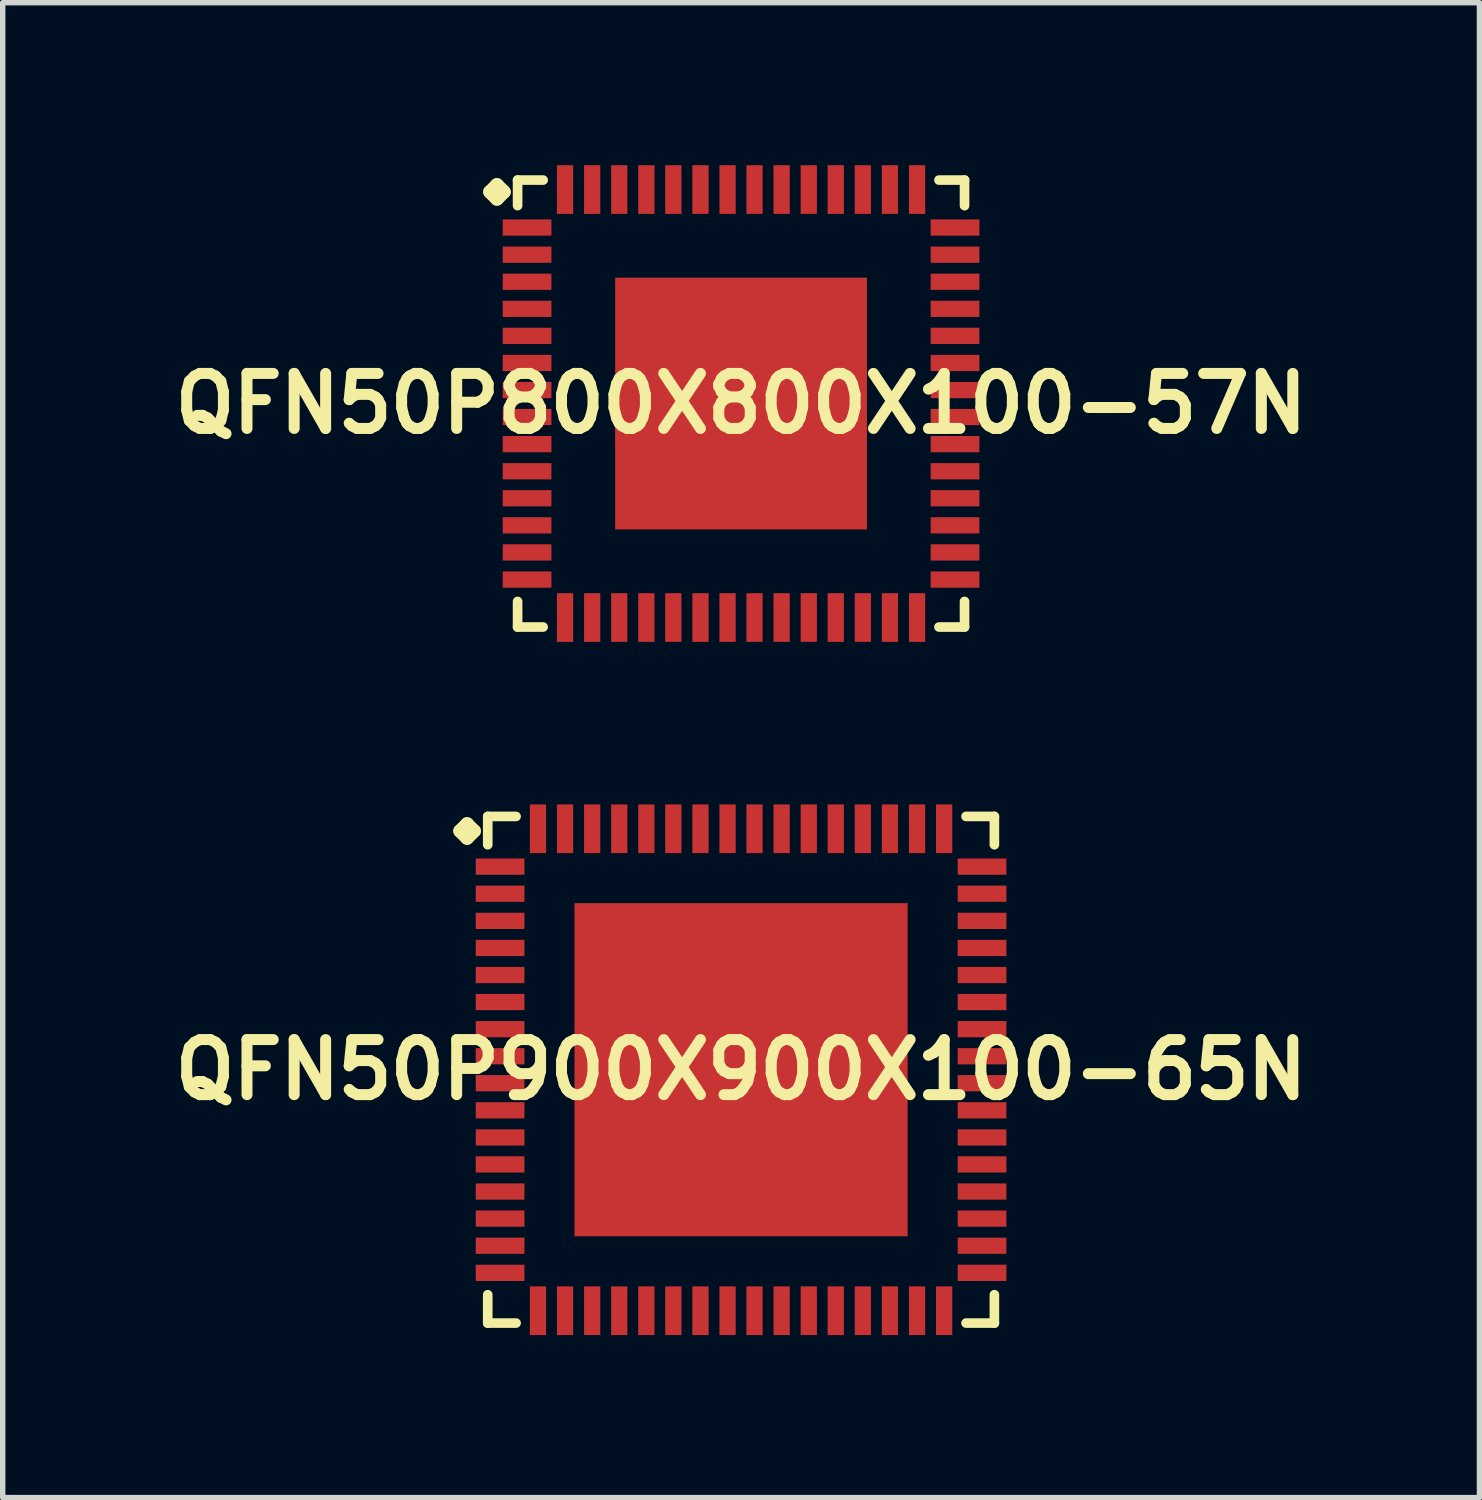
<source format=kicad_pcb>
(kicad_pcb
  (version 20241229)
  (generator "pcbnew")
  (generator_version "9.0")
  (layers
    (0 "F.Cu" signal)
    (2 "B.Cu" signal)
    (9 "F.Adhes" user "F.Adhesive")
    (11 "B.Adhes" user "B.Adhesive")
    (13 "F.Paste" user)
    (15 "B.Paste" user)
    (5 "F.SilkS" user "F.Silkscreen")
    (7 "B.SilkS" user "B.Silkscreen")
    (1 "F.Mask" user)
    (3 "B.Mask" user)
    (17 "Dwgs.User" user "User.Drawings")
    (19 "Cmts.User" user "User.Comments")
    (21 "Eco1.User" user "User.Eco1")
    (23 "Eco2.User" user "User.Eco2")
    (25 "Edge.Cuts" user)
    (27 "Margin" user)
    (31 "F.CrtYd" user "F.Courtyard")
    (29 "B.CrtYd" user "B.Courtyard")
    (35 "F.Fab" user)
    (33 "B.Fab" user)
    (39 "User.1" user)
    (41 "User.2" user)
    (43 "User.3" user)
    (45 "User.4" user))
  (footprint "QFN50P900X900X100-65N"
    (layer "F.Cu")
    (at 10.629 16.696)
    (property "Reference" "QFN50P900X900X100-65N" (at 0 0 0) (layer "F.SilkS") (effects (font (size 1.016 1.016) (thickness 0.203))))
    (attr smd)
    (fp_line (start -5.184 -4.407) (end -5.057 -4.534) (stroke (width 0.254) (type solid)) (layer "F.SilkS"))
    (fp_line (start -5.057 -4.534) (end -4.93 -4.407) (stroke (width 0.254) (type solid)) (layer "F.SilkS"))
    (fp_line (start -5.057 -4.28) (end -5.184 -4.407) (stroke (width 0.254) (type solid)) (layer "F.SilkS"))
    (fp_line (start -4.93 -4.407) (end -5.057 -4.28) (stroke (width 0.254) (type solid)) (layer "F.SilkS"))
    (fp_line (start -4.676 -4.676) (end -4.153 -4.676) (stroke (width 0.178) (type solid)) (layer "F.SilkS"))
    (fp_line (start -4.676 -4.153) (end -4.676 -4.676) (stroke (width 0.178) (type solid)) (layer "F.SilkS"))
    (fp_line (start -4.676 4.153) (end -4.676 4.676) (stroke (width 0.178) (type solid)) (layer "F.SilkS"))
    (fp_line (start -4.676 4.676) (end -4.153 4.676) (stroke (width 0.178) (type solid)) (layer "F.SilkS"))
    (fp_line (start 4.153 -4.676) (end 4.676 -4.676) (stroke (width 0.178) (type solid)) (layer "F.SilkS"))
    (fp_line (start 4.153 4.676) (end 4.676 4.676) (stroke (width 0.178) (type solid)) (layer "F.SilkS"))
    (fp_line (start 4.676 -4.676) (end 4.676 -4.153) (stroke (width 0.178) (type solid)) (layer "F.SilkS"))
    (fp_line (start 4.676 4.676) (end 4.676 4.153) (stroke (width 0.178) (type solid)) (layer "F.SilkS"))
    (pad "1" smd rect (at -4.448 -3.749) (size 0.899 0.3) (layers "F.Cu" "F.Mask" "F.Paste"))
    (pad "2" smd rect (at -4.448 -3.249) (size 0.899 0.3) (layers "F.Cu" "F.Mask" "F.Paste"))
    (pad "3" smd rect (at -4.448 -2.748) (size 0.899 0.3) (layers "F.Cu" "F.Mask" "F.Paste"))
    (pad "4" smd rect (at -4.448 -2.248) (size 0.899 0.3) (layers "F.Cu" "F.Mask" "F.Paste"))
    (pad "5" smd rect (at -4.448 -1.748) (size 0.899 0.3) (layers "F.Cu" "F.Mask" "F.Paste"))
    (pad "6" smd rect (at -4.448 -1.25) (size 0.899 0.3) (layers "F.Cu" "F.Mask" "F.Paste"))
    (pad "7" smd rect (at -4.448 -0.749) (size 0.899 0.3) (layers "F.Cu" "F.Mask" "F.Paste"))
    (pad "8" smd rect (at -4.448 -0.249) (size 0.899 0.3) (layers "F.Cu" "F.Mask" "F.Paste"))
    (pad "9" smd rect (at -4.448 0.249) (size 0.899 0.3) (layers "F.Cu" "F.Mask" "F.Paste"))
    (pad "10" smd rect (at -4.448 0.749) (size 0.899 0.3) (layers "F.Cu" "F.Mask" "F.Paste"))
    (pad "11" smd rect (at -4.448 1.25) (size 0.899 0.3) (layers "F.Cu" "F.Mask" "F.Paste"))
    (pad "12" smd rect (at -4.448 1.748) (size 0.899 0.3) (layers "F.Cu" "F.Mask" "F.Paste"))
    (pad "13" smd rect (at -4.448 2.248) (size 0.899 0.3) (layers "F.Cu" "F.Mask" "F.Paste"))
    (pad "14" smd rect (at -4.448 2.748) (size 0.899 0.3) (layers "F.Cu" "F.Mask" "F.Paste"))
    (pad "15" smd rect (at -4.448 3.249) (size 0.899 0.3) (layers "F.Cu" "F.Mask" "F.Paste"))
    (pad "16" smd rect (at -4.448 3.749) (size 0.899 0.3) (layers "F.Cu" "F.Mask" "F.Paste"))
    (pad "17" smd rect (at -3.749 4.448) (size 0.3 0.899) (layers "F.Cu" "F.Mask" "F.Paste"))
    (pad "18" smd rect (at -3.249 4.448) (size 0.3 0.899) (layers "F.Cu" "F.Mask" "F.Paste"))
    (pad "19" smd rect (at -2.748 4.448) (size 0.3 0.899) (layers "F.Cu" "F.Mask" "F.Paste"))
    (pad "20" smd rect (at -2.248 4.448) (size 0.3 0.899) (layers "F.Cu" "F.Mask" "F.Paste"))
    (pad "21" smd rect (at -1.748 4.448) (size 0.3 0.899) (layers "F.Cu" "F.Mask" "F.Paste"))
    (pad "22" smd rect (at -1.25 4.448) (size 0.3 0.899) (layers "F.Cu" "F.Mask" "F.Paste"))
    (pad "23" smd rect (at -0.749 4.448) (size 0.3 0.899) (layers "F.Cu" "F.Mask" "F.Paste"))
    (pad "24" smd rect (at -0.249 4.448) (size 0.3 0.899) (layers "F.Cu" "F.Mask" "F.Paste"))
    (pad "25" smd rect (at 0.249 4.448) (size 0.3 0.899) (layers "F.Cu" "F.Mask" "F.Paste"))
    (pad "26" smd rect (at 0.749 4.448) (size 0.3 0.899) (layers "F.Cu" "F.Mask" "F.Paste"))
    (pad "27" smd rect (at 1.25 4.448) (size 0.3 0.899) (layers "F.Cu" "F.Mask" "F.Paste"))
    (pad "28" smd rect (at 1.748 4.448) (size 0.3 0.899) (layers "F.Cu" "F.Mask" "F.Paste"))
    (pad "29" smd rect (at 2.248 4.448) (size 0.3 0.899) (layers "F.Cu" "F.Mask" "F.Paste"))
    (pad "30" smd rect (at 2.748 4.448) (size 0.3 0.899) (layers "F.Cu" "F.Mask" "F.Paste"))
    (pad "31" smd rect (at 3.249 4.448) (size 0.3 0.899) (layers "F.Cu" "F.Mask" "F.Paste"))
    (pad "32" smd rect (at 3.749 4.448) (size 0.3 0.899) (layers "F.Cu" "F.Mask" "F.Paste"))
    (pad "33" smd rect (at 4.448 3.749) (size 0.899 0.3) (layers "F.Cu" "F.Mask" "F.Paste"))
    (pad "34" smd rect (at 4.448 3.249) (size 0.899 0.3) (layers "F.Cu" "F.Mask" "F.Paste"))
    (pad "35" smd rect (at 4.448 2.748) (size 0.899 0.3) (layers "F.Cu" "F.Mask" "F.Paste"))
    (pad "36" smd rect (at 4.448 2.248) (size 0.899 0.3) (layers "F.Cu" "F.Mask" "F.Paste"))
    (pad "37" smd rect (at 4.448 1.748) (size 0.899 0.3) (layers "F.Cu" "F.Mask" "F.Paste"))
    (pad "38" smd rect (at 4.448 1.25) (size 0.899 0.3) (layers "F.Cu" "F.Mask" "F.Paste"))
    (pad "39" smd rect (at 4.448 0.749) (size 0.899 0.3) (layers "F.Cu" "F.Mask" "F.Paste"))
    (pad "40" smd rect (at 4.448 0.249) (size 0.899 0.3) (layers "F.Cu" "F.Mask" "F.Paste"))
    (pad "41" smd rect (at 4.448 -0.249) (size 0.899 0.3) (layers "F.Cu" "F.Mask" "F.Paste"))
    (pad "42" smd rect (at 4.448 -0.749) (size 0.899 0.3) (layers "F.Cu" "F.Mask" "F.Paste"))
    (pad "43" smd rect (at 4.448 -1.25) (size 0.899 0.3) (layers "F.Cu" "F.Mask" "F.Paste"))
    (pad "44" smd rect (at 4.448 -1.748) (size 0.899 0.3) (layers "F.Cu" "F.Mask" "F.Paste"))
    (pad "45" smd rect (at 4.448 -2.248) (size 0.899 0.3) (layers "F.Cu" "F.Mask" "F.Paste"))
    (pad "46" smd rect (at 4.448 -2.748) (size 0.899 0.3) (layers "F.Cu" "F.Mask" "F.Paste"))
    (pad "47" smd rect (at 4.448 -3.249) (size 0.899 0.3) (layers "F.Cu" "F.Mask" "F.Paste"))
    (pad "48" smd rect (at 4.448 -3.749) (size 0.899 0.3) (layers "F.Cu" "F.Mask" "F.Paste"))
    (pad "49" smd rect (at 3.749 -4.448) (size 0.3 0.899) (layers "F.Cu" "F.Mask" "F.Paste"))
    (pad "50" smd rect (at 3.249 -4.448) (size 0.3 0.899) (layers "F.Cu" "F.Mask" "F.Paste"))
    (pad "51" smd rect (at 2.748 -4.448) (size 0.3 0.899) (layers "F.Cu" "F.Mask" "F.Paste"))
    (pad "52" smd rect (at 2.248 -4.448) (size 0.3 0.899) (layers "F.Cu" "F.Mask" "F.Paste"))
    (pad "53" smd rect (at 1.748 -4.448) (size 0.3 0.899) (layers "F.Cu" "F.Mask" "F.Paste"))
    (pad "54" smd rect (at 1.25 -4.448) (size 0.3 0.899) (layers "F.Cu" "F.Mask" "F.Paste"))
    (pad "55" smd rect (at 0.749 -4.448) (size 0.3 0.899) (layers "F.Cu" "F.Mask" "F.Paste"))
    (pad "56" smd rect (at 0.249 -4.448) (size 0.3 0.899) (layers "F.Cu" "F.Mask" "F.Paste"))
    (pad "57" smd rect (at -0.249 -4.448) (size 0.3 0.899) (layers "F.Cu" "F.Mask" "F.Paste"))
    (pad "58" smd rect (at -0.749 -4.448) (size 0.3 0.899) (layers "F.Cu" "F.Mask" "F.Paste"))
    (pad "59" smd rect (at -1.25 -4.448) (size 0.3 0.899) (layers "F.Cu" "F.Mask" "F.Paste"))
    (pad "60" smd rect (at -1.748 -4.448) (size 0.3 0.899) (layers "F.Cu" "F.Mask" "F.Paste"))
    (pad "61" smd rect (at -2.248 -4.448) (size 0.3 0.899) (layers "F.Cu" "F.Mask" "F.Paste"))
    (pad "62" smd rect (at -2.748 -4.448) (size 0.3 0.899) (layers "F.Cu" "F.Mask" "F.Paste"))
    (pad "63" smd rect (at -3.249 -4.448) (size 0.3 0.899) (layers "F.Cu" "F.Mask" "F.Paste"))
    (pad "64" smd rect (at -3.749 -4.448) (size 0.3 0.899) (layers "F.Cu" "F.Mask" "F.Paste"))
    (pad "65" smd rect (at 0 0) (size 6.149 6.149) (layers "F.Cu" "F.Mask" "F.Paste")))
  (footprint "QFN50P800X800X100-57N"
    (layer "F.Cu")
    (at 10.629 4.399)
    (property "Reference" "QFN50P800X800X100-57N" (at 0 0 0) (layer "F.SilkS") (effects (font (size 1.016 1.016) (thickness 0.203))))
    (attr smd)
    (fp_line (start -4.633 -3.907) (end -4.506 -4.034) (stroke (width 0.254) (type solid)) (layer "F.SilkS"))
    (fp_line (start -4.506 -4.034) (end -4.379 -3.907) (stroke (width 0.254) (type solid)) (layer "F.SilkS"))
    (fp_line (start -4.506 -3.78) (end -4.633 -3.907) (stroke (width 0.254) (type solid)) (layer "F.SilkS"))
    (fp_line (start -4.379 -3.907) (end -4.506 -3.78) (stroke (width 0.254) (type solid)) (layer "F.SilkS"))
    (fp_line (start -4.125 -4.125) (end -3.653 -4.125) (stroke (width 0.178) (type solid)) (layer "F.SilkS"))
    (fp_line (start -4.125 -3.653) (end -4.125 -4.125) (stroke (width 0.178) (type solid)) (layer "F.SilkS"))
    (fp_line (start -4.125 3.653) (end -4.125 4.125) (stroke (width 0.178) (type solid)) (layer "F.SilkS"))
    (fp_line (start -4.125 4.125) (end -3.653 4.125) (stroke (width 0.178) (type solid)) (layer "F.SilkS"))
    (fp_line (start 3.653 -4.125) (end 4.125 -4.125) (stroke (width 0.178) (type solid)) (layer "F.SilkS"))
    (fp_line (start 3.653 4.125) (end 4.125 4.125) (stroke (width 0.178) (type solid)) (layer "F.SilkS"))
    (fp_line (start 4.125 -4.125) (end 4.125 -3.653) (stroke (width 0.178) (type solid)) (layer "F.SilkS"))
    (fp_line (start 4.125 4.125) (end 4.125 3.653) (stroke (width 0.178) (type solid)) (layer "F.SilkS"))
    (pad "1" smd rect (at -3.95 -3.249) (size 0.899 0.3) (layers "F.Cu" "F.Mask" "F.Paste"))
    (pad "2" smd rect (at -3.95 -2.748) (size 0.899 0.3) (layers "F.Cu" "F.Mask" "F.Paste"))
    (pad "3" smd rect (at -3.95 -2.248) (size 0.899 0.3) (layers "F.Cu" "F.Mask" "F.Paste"))
    (pad "4" smd rect (at -3.95 -1.748) (size 0.899 0.3) (layers "F.Cu" "F.Mask" "F.Paste"))
    (pad "5" smd rect (at -3.95 -1.25) (size 0.899 0.3) (layers "F.Cu" "F.Mask" "F.Paste"))
    (pad "6" smd rect (at -3.95 -0.749) (size 0.899 0.3) (layers "F.Cu" "F.Mask" "F.Paste"))
    (pad "7" smd rect (at -3.95 -0.249) (size 0.899 0.3) (layers "F.Cu" "F.Mask" "F.Paste"))
    (pad "8" smd rect (at -3.95 0.249) (size 0.899 0.3) (layers "F.Cu" "F.Mask" "F.Paste"))
    (pad "9" smd rect (at -3.95 0.749) (size 0.899 0.3) (layers "F.Cu" "F.Mask" "F.Paste"))
    (pad "10" smd rect (at -3.95 1.25) (size 0.899 0.3) (layers "F.Cu" "F.Mask" "F.Paste"))
    (pad "11" smd rect (at -3.95 1.748) (size 0.899 0.3) (layers "F.Cu" "F.Mask" "F.Paste"))
    (pad "12" smd rect (at -3.95 2.248) (size 0.899 0.3) (layers "F.Cu" "F.Mask" "F.Paste"))
    (pad "13" smd rect (at -3.95 2.748) (size 0.899 0.3) (layers "F.Cu" "F.Mask" "F.Paste"))
    (pad "14" smd rect (at -3.95 3.249) (size 0.899 0.3) (layers "F.Cu" "F.Mask" "F.Paste"))
    (pad "15" smd rect (at -3.249 3.95) (size 0.3 0.899) (layers "F.Cu" "F.Mask" "F.Paste"))
    (pad "16" smd rect (at -2.748 3.95) (size 0.3 0.899) (layers "F.Cu" "F.Mask" "F.Paste"))
    (pad "17" smd rect (at -2.248 3.95) (size 0.3 0.899) (layers "F.Cu" "F.Mask" "F.Paste"))
    (pad "18" smd rect (at -1.748 3.95) (size 0.3 0.899) (layers "F.Cu" "F.Mask" "F.Paste"))
    (pad "19" smd rect (at -1.25 3.95) (size 0.3 0.899) (layers "F.Cu" "F.Mask" "F.Paste"))
    (pad "20" smd rect (at -0.749 3.95) (size 0.3 0.899) (layers "F.Cu" "F.Mask" "F.Paste"))
    (pad "21" smd rect (at -0.249 3.95) (size 0.3 0.899) (layers "F.Cu" "F.Mask" "F.Paste"))
    (pad "22" smd rect (at 0.249 3.95) (size 0.3 0.899) (layers "F.Cu" "F.Mask" "F.Paste"))
    (pad "23" smd rect (at 0.749 3.95) (size 0.3 0.899) (layers "F.Cu" "F.Mask" "F.Paste"))
    (pad "24" smd rect (at 1.25 3.95) (size 0.3 0.899) (layers "F.Cu" "F.Mask" "F.Paste"))
    (pad "25" smd rect (at 1.748 3.95) (size 0.3 0.899) (layers "F.Cu" "F.Mask" "F.Paste"))
    (pad "26" smd rect (at 2.248 3.95) (size 0.3 0.899) (layers "F.Cu" "F.Mask" "F.Paste"))
    (pad "27" smd rect (at 2.748 3.95) (size 0.3 0.899) (layers "F.Cu" "F.Mask" "F.Paste"))
    (pad "28" smd rect (at 3.249 3.95) (size 0.3 0.899) (layers "F.Cu" "F.Mask" "F.Paste"))
    (pad "29" smd rect (at 3.95 3.249) (size 0.899 0.3) (layers "F.Cu" "F.Mask" "F.Paste"))
    (pad "30" smd rect (at 3.95 2.748) (size 0.899 0.3) (layers "F.Cu" "F.Mask" "F.Paste"))
    (pad "31" smd rect (at 3.95 2.248) (size 0.899 0.3) (layers "F.Cu" "F.Mask" "F.Paste"))
    (pad "32" smd rect (at 3.95 1.748) (size 0.899 0.3) (layers "F.Cu" "F.Mask" "F.Paste"))
    (pad "33" smd rect (at 3.95 1.25) (size 0.899 0.3) (layers "F.Cu" "F.Mask" "F.Paste"))
    (pad "34" smd rect (at 3.95 0.749) (size 0.899 0.3) (layers "F.Cu" "F.Mask" "F.Paste"))
    (pad "35" smd rect (at 3.95 0.249) (size 0.899 0.3) (layers "F.Cu" "F.Mask" "F.Paste"))
    (pad "36" smd rect (at 3.95 -0.249) (size 0.899 0.3) (layers "F.Cu" "F.Mask" "F.Paste"))
    (pad "37" smd rect (at 3.95 -0.749) (size 0.899 0.3) (layers "F.Cu" "F.Mask" "F.Paste"))
    (pad "38" smd rect (at 3.95 -1.25) (size 0.899 0.3) (layers "F.Cu" "F.Mask" "F.Paste"))
    (pad "39" smd rect (at 3.95 -1.748) (size 0.899 0.3) (layers "F.Cu" "F.Mask" "F.Paste"))
    (pad "40" smd rect (at 3.95 -2.248) (size 0.899 0.3) (layers "F.Cu" "F.Mask" "F.Paste"))
    (pad "41" smd rect (at 3.95 -2.748) (size 0.899 0.3) (layers "F.Cu" "F.Mask" "F.Paste"))
    (pad "42" smd rect (at 3.95 -3.249) (size 0.899 0.3) (layers "F.Cu" "F.Mask" "F.Paste"))
    (pad "43" smd rect (at 3.249 -3.95) (size 0.3 0.899) (layers "F.Cu" "F.Mask" "F.Paste"))
    (pad "44" smd rect (at 2.748 -3.95) (size 0.3 0.899) (layers "F.Cu" "F.Mask" "F.Paste"))
    (pad "45" smd rect (at 2.248 -3.95) (size 0.3 0.899) (layers "F.Cu" "F.Mask" "F.Paste"))
    (pad "46" smd rect (at 1.748 -3.95) (size 0.3 0.899) (layers "F.Cu" "F.Mask" "F.Paste"))
    (pad "47" smd rect (at 1.25 -3.95) (size 0.3 0.899) (layers "F.Cu" "F.Mask" "F.Paste"))
    (pad "48" smd rect (at 0.749 -3.95) (size 0.3 0.899) (layers "F.Cu" "F.Mask" "F.Paste"))
    (pad "49" smd rect (at 0.249 -3.95) (size 0.3 0.899) (layers "F.Cu" "F.Mask" "F.Paste"))
    (pad "50" smd rect (at -0.249 -3.95) (size 0.3 0.899) (layers "F.Cu" "F.Mask" "F.Paste"))
    (pad "51" smd rect (at -0.749 -3.95) (size 0.3 0.899) (layers "F.Cu" "F.Mask" "F.Paste"))
    (pad "52" smd rect (at -1.25 -3.95) (size 0.3 0.899) (layers "F.Cu" "F.Mask" "F.Paste"))
    (pad "53" smd rect (at -1.748 -3.95) (size 0.3 0.899) (layers "F.Cu" "F.Mask" "F.Paste"))
    (pad "54" smd rect (at -2.248 -3.95) (size 0.3 0.899) (layers "F.Cu" "F.Mask" "F.Paste"))
    (pad "55" smd rect (at -2.748 -3.95) (size 0.3 0.899) (layers "F.Cu" "F.Mask" "F.Paste"))
    (pad "56" smd rect (at -3.249 -3.95) (size 0.3 0.899) (layers "F.Cu" "F.Mask" "F.Paste"))
    (pad "57" smd rect (at 0 0) (size 4.648 4.648) (layers "F.Cu" "F.Mask" "F.Paste")))
  (gr_rect
    (start -3 -3)
    (end 24.259 24.593)
    (stroke (width 0.1) (type default))
    (fill no)
    (layer "Edge.Cuts")))
</source>
